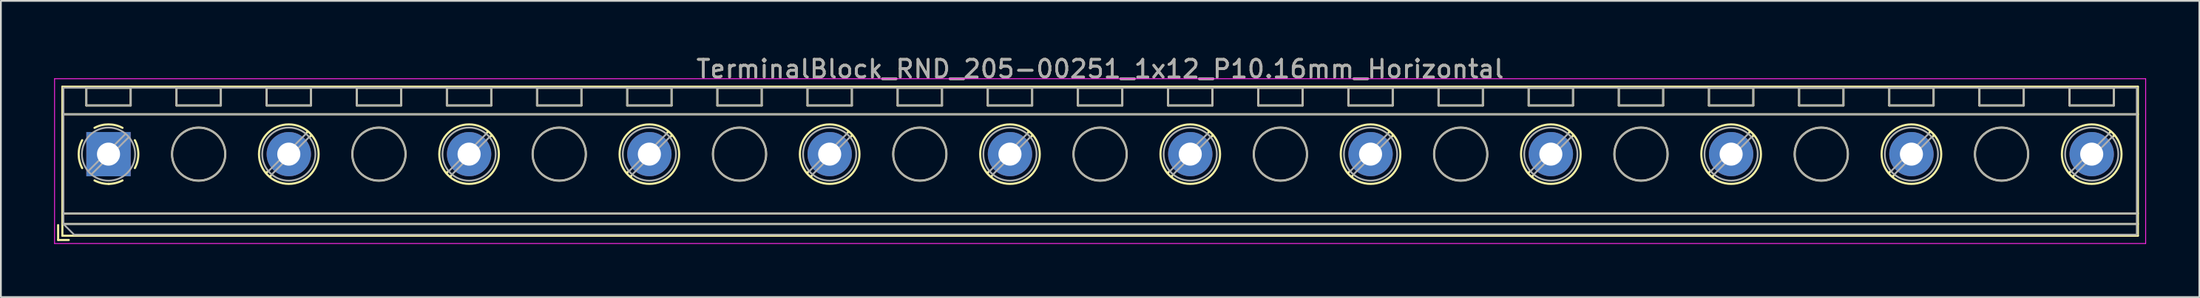
<source format=kicad_pcb>
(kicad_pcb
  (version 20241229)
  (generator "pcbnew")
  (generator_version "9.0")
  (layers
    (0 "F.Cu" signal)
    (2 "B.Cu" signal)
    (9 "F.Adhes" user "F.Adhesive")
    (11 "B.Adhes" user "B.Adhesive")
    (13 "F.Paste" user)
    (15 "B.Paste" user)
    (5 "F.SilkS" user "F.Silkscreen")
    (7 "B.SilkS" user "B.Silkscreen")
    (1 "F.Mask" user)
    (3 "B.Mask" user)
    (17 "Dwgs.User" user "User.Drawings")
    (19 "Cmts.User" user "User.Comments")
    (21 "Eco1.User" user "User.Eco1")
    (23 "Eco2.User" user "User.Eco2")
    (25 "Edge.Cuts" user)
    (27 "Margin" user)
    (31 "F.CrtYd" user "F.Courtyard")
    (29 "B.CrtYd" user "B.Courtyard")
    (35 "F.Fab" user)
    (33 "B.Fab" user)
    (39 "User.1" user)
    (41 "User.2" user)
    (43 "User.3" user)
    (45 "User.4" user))
  (footprint "TerminalBlock_RND_205-00251_1x12_P10.16mm_Horizontal"
    (layer "F.Cu")
    (at 3.065 5.658)
    (property "Reference" "TerminalBlock_RND_205-00251_1x12_P10.16mm_Horizontal" (at 55.88 -4.81 0) (layer "F.SilkS") (effects (font (size 1 1) (thickness 0.15))))
    (attr through_hole)
    (fp_line (start -2.84 4.01) (end -2.84 4.85) (stroke (width 0.12) (type solid)) (layer "F.SilkS"))
    (fp_line (start -2.84 4.85) (end -2.24 4.85) (stroke (width 0.12) (type solid)) (layer "F.SilkS"))
    (fp_line (start -2.6 -3.811) (end -2.6 4.61) (stroke (width 0.12) (type solid)) (layer "F.SilkS"))
    (fp_line (start -2.6 -3.811) (end 114.361 -3.811) (stroke (width 0.12) (type solid)) (layer "F.SilkS"))
    (fp_line (start -2.6 -2.251) (end 114.361 -2.251) (stroke (width 0.12) (type solid)) (layer "F.SilkS"))
    (fp_line (start -2.6 3.35) (end 114.361 3.35) (stroke (width 0.12) (type solid)) (layer "F.SilkS"))
    (fp_line (start -2.6 3.95) (end 114.361 3.95) (stroke (width 0.12) (type solid)) (layer "F.SilkS"))
    (fp_line (start -2.6 4.61) (end 114.361 4.61) (stroke (width 0.12) (type solid)) (layer "F.SilkS"))
    (fp_line (start -1.25 -3.751) (end -1.25 -2.751) (stroke (width 0.12) (type solid)) (layer "F.SilkS"))
    (fp_line (start -1.25 -3.751) (end 1.25 -3.751) (stroke (width 0.12) (type solid)) (layer "F.SilkS"))
    (fp_line (start -1.25 -2.751) (end 1.25 -2.751) (stroke (width 0.12) (type solid)) (layer "F.SilkS"))
    (fp_line (start 1.25 -3.751) (end 1.25 -2.751) (stroke (width 0.12) (type solid)) (layer "F.SilkS"))
    (fp_line (start 3.83 -3.751) (end 3.83 -2.751) (stroke (width 0.12) (type solid)) (layer "F.SilkS"))
    (fp_line (start 3.83 -3.751) (end 6.33 -3.751) (stroke (width 0.12) (type solid)) (layer "F.SilkS"))
    (fp_line (start 3.83 -2.751) (end 6.33 -2.751) (stroke (width 0.12) (type solid)) (layer "F.SilkS"))
    (fp_line (start 6.33 -3.751) (end 6.33 -2.751) (stroke (width 0.12) (type solid)) (layer "F.SilkS"))
    (fp_line (start 8.91 -3.751) (end 8.91 -2.751) (stroke (width 0.12) (type solid)) (layer "F.SilkS"))
    (fp_line (start 8.91 -3.751) (end 11.41 -3.751) (stroke (width 0.12) (type solid)) (layer "F.SilkS"))
    (fp_line (start 8.91 -2.751) (end 11.41 -2.751) (stroke (width 0.12) (type solid)) (layer "F.SilkS"))
    (fp_line (start 8.98 0.976) (end 8.886 1.069) (stroke (width 0.12) (type solid)) (layer "F.SilkS"))
    (fp_line (start 9.15 1.216) (end 9.091 1.274) (stroke (width 0.12) (type solid)) (layer "F.SilkS"))
    (fp_line (start 11.23 -1.275) (end 11.171 -1.216) (stroke (width 0.12) (type solid)) (layer "F.SilkS"))
    (fp_line (start 11.41 -3.751) (end 11.41 -2.751) (stroke (width 0.12) (type solid)) (layer "F.SilkS"))
    (fp_line (start 11.435 -1.069) (end 11.341 -0.976) (stroke (width 0.12) (type solid)) (layer "F.SilkS"))
    (fp_line (start 13.99 -3.751) (end 13.99 -2.751) (stroke (width 0.12) (type solid)) (layer "F.SilkS"))
    (fp_line (start 13.99 -3.751) (end 16.49 -3.751) (stroke (width 0.12) (type solid)) (layer "F.SilkS"))
    (fp_line (start 13.99 -2.751) (end 16.49 -2.751) (stroke (width 0.12) (type solid)) (layer "F.SilkS"))
    (fp_line (start 16.49 -3.751) (end 16.49 -2.751) (stroke (width 0.12) (type solid)) (layer "F.SilkS"))
    (fp_line (start 19.07 -3.751) (end 19.07 -2.751) (stroke (width 0.12) (type solid)) (layer "F.SilkS"))
    (fp_line (start 19.07 -3.751) (end 21.57 -3.751) (stroke (width 0.12) (type solid)) (layer "F.SilkS"))
    (fp_line (start 19.07 -2.751) (end 21.57 -2.751) (stroke (width 0.12) (type solid)) (layer "F.SilkS"))
    (fp_line (start 19.14 0.976) (end 19.046 1.069) (stroke (width 0.12) (type solid)) (layer "F.SilkS"))
    (fp_line (start 19.31 1.216) (end 19.251 1.274) (stroke (width 0.12) (type solid)) (layer "F.SilkS"))
    (fp_line (start 21.39 -1.275) (end 21.331 -1.216) (stroke (width 0.12) (type solid)) (layer "F.SilkS"))
    (fp_line (start 21.57 -3.751) (end 21.57 -2.751) (stroke (width 0.12) (type solid)) (layer "F.SilkS"))
    (fp_line (start 21.595 -1.069) (end 21.501 -0.976) (stroke (width 0.12) (type solid)) (layer "F.SilkS"))
    (fp_line (start 24.15 -3.751) (end 24.15 -2.751) (stroke (width 0.12) (type solid)) (layer "F.SilkS"))
    (fp_line (start 24.15 -3.751) (end 26.65 -3.751) (stroke (width 0.12) (type solid)) (layer "F.SilkS"))
    (fp_line (start 24.15 -2.751) (end 26.65 -2.751) (stroke (width 0.12) (type solid)) (layer "F.SilkS"))
    (fp_line (start 26.65 -3.751) (end 26.65 -2.751) (stroke (width 0.12) (type solid)) (layer "F.SilkS"))
    (fp_line (start 29.23 -3.751) (end 29.23 -2.751) (stroke (width 0.12) (type solid)) (layer "F.SilkS"))
    (fp_line (start 29.23 -3.751) (end 31.73 -3.751) (stroke (width 0.12) (type solid)) (layer "F.SilkS"))
    (fp_line (start 29.23 -2.751) (end 31.73 -2.751) (stroke (width 0.12) (type solid)) (layer "F.SilkS"))
    (fp_line (start 29.3 0.976) (end 29.206 1.069) (stroke (width 0.12) (type solid)) (layer "F.SilkS"))
    (fp_line (start 29.47 1.216) (end 29.411 1.274) (stroke (width 0.12) (type solid)) (layer "F.SilkS"))
    (fp_line (start 31.55 -1.275) (end 31.491 -1.216) (stroke (width 0.12) (type solid)) (layer "F.SilkS"))
    (fp_line (start 31.73 -3.751) (end 31.73 -2.751) (stroke (width 0.12) (type solid)) (layer "F.SilkS"))
    (fp_line (start 31.755 -1.069) (end 31.661 -0.976) (stroke (width 0.12) (type solid)) (layer "F.SilkS"))
    (fp_line (start 34.31 -3.751) (end 34.31 -2.751) (stroke (width 0.12) (type solid)) (layer "F.SilkS"))
    (fp_line (start 34.31 -3.751) (end 36.81 -3.751) (stroke (width 0.12) (type solid)) (layer "F.SilkS"))
    (fp_line (start 34.31 -2.751) (end 36.81 -2.751) (stroke (width 0.12) (type solid)) (layer "F.SilkS"))
    (fp_line (start 36.81 -3.751) (end 36.81 -2.751) (stroke (width 0.12) (type solid)) (layer "F.SilkS"))
    (fp_line (start 39.39 -3.751) (end 39.39 -2.751) (stroke (width 0.12) (type solid)) (layer "F.SilkS"))
    (fp_line (start 39.39 -3.751) (end 41.89 -3.751) (stroke (width 0.12) (type solid)) (layer "F.SilkS"))
    (fp_line (start 39.39 -2.751) (end 41.89 -2.751) (stroke (width 0.12) (type solid)) (layer "F.SilkS"))
    (fp_line (start 39.46 0.976) (end 39.366 1.069) (stroke (width 0.12) (type solid)) (layer "F.SilkS"))
    (fp_line (start 39.63 1.216) (end 39.571 1.274) (stroke (width 0.12) (type solid)) (layer "F.SilkS"))
    (fp_line (start 41.71 -1.275) (end 41.651 -1.216) (stroke (width 0.12) (type solid)) (layer "F.SilkS"))
    (fp_line (start 41.89 -3.751) (end 41.89 -2.751) (stroke (width 0.12) (type solid)) (layer "F.SilkS"))
    (fp_line (start 41.915 -1.069) (end 41.821 -0.976) (stroke (width 0.12) (type solid)) (layer "F.SilkS"))
    (fp_line (start 44.47 -3.751) (end 44.47 -2.751) (stroke (width 0.12) (type solid)) (layer "F.SilkS"))
    (fp_line (start 44.47 -3.751) (end 46.97 -3.751) (stroke (width 0.12) (type solid)) (layer "F.SilkS"))
    (fp_line (start 44.47 -2.751) (end 46.97 -2.751) (stroke (width 0.12) (type solid)) (layer "F.SilkS"))
    (fp_line (start 46.97 -3.751) (end 46.97 -2.751) (stroke (width 0.12) (type solid)) (layer "F.SilkS"))
    (fp_line (start 49.55 -3.751) (end 49.55 -2.751) (stroke (width 0.12) (type solid)) (layer "F.SilkS"))
    (fp_line (start 49.55 -3.751) (end 52.05 -3.751) (stroke (width 0.12) (type solid)) (layer "F.SilkS"))
    (fp_line (start 49.55 -2.751) (end 52.05 -2.751) (stroke (width 0.12) (type solid)) (layer "F.SilkS"))
    (fp_line (start 49.62 0.976) (end 49.526 1.069) (stroke (width 0.12) (type solid)) (layer "F.SilkS"))
    (fp_line (start 49.79 1.216) (end 49.731 1.274) (stroke (width 0.12) (type solid)) (layer "F.SilkS"))
    (fp_line (start 51.87 -1.275) (end 51.811 -1.216) (stroke (width 0.12) (type solid)) (layer "F.SilkS"))
    (fp_line (start 52.05 -3.751) (end 52.05 -2.751) (stroke (width 0.12) (type solid)) (layer "F.SilkS"))
    (fp_line (start 52.075 -1.069) (end 51.981 -0.976) (stroke (width 0.12) (type solid)) (layer "F.SilkS"))
    (fp_line (start 54.63 -3.751) (end 54.63 -2.751) (stroke (width 0.12) (type solid)) (layer "F.SilkS"))
    (fp_line (start 54.63 -3.751) (end 57.13 -3.751) (stroke (width 0.12) (type solid)) (layer "F.SilkS"))
    (fp_line (start 54.63 -2.751) (end 57.13 -2.751) (stroke (width 0.12) (type solid)) (layer "F.SilkS"))
    (fp_line (start 57.13 -3.751) (end 57.13 -2.751) (stroke (width 0.12) (type solid)) (layer "F.SilkS"))
    (fp_line (start 59.71 -3.751) (end 59.71 -2.751) (stroke (width 0.12) (type solid)) (layer "F.SilkS"))
    (fp_line (start 59.71 -3.751) (end 62.21 -3.751) (stroke (width 0.12) (type solid)) (layer "F.SilkS"))
    (fp_line (start 59.71 -2.751) (end 62.21 -2.751) (stroke (width 0.12) (type solid)) (layer "F.SilkS"))
    (fp_line (start 59.78 0.976) (end 59.686 1.069) (stroke (width 0.12) (type solid)) (layer "F.SilkS"))
    (fp_line (start 59.95 1.216) (end 59.891 1.274) (stroke (width 0.12) (type solid)) (layer "F.SilkS"))
    (fp_line (start 62.03 -1.275) (end 61.971 -1.216) (stroke (width 0.12) (type solid)) (layer "F.SilkS"))
    (fp_line (start 62.21 -3.751) (end 62.21 -2.751) (stroke (width 0.12) (type solid)) (layer "F.SilkS"))
    (fp_line (start 62.235 -1.069) (end 62.141 -0.976) (stroke (width 0.12) (type solid)) (layer "F.SilkS"))
    (fp_line (start 64.791 -3.751) (end 64.791 -2.751) (stroke (width 0.12) (type solid)) (layer "F.SilkS"))
    (fp_line (start 64.791 -3.751) (end 67.29 -3.751) (stroke (width 0.12) (type solid)) (layer "F.SilkS"))
    (fp_line (start 64.791 -2.751) (end 67.29 -2.751) (stroke (width 0.12) (type solid)) (layer "F.SilkS"))
    (fp_line (start 67.29 -3.751) (end 67.29 -2.751) (stroke (width 0.12) (type solid)) (layer "F.SilkS"))
    (fp_line (start 69.87 -3.751) (end 69.87 -2.751) (stroke (width 0.12) (type solid)) (layer "F.SilkS"))
    (fp_line (start 69.87 -3.751) (end 72.37 -3.751) (stroke (width 0.12) (type solid)) (layer "F.SilkS"))
    (fp_line (start 69.87 -2.751) (end 72.37 -2.751) (stroke (width 0.12) (type solid)) (layer "F.SilkS"))
    (fp_line (start 69.94 0.976) (end 69.846 1.069) (stroke (width 0.12) (type solid)) (layer "F.SilkS"))
    (fp_line (start 70.11 1.216) (end 70.051 1.274) (stroke (width 0.12) (type solid)) (layer "F.SilkS"))
    (fp_line (start 72.19 -1.275) (end 72.131 -1.216) (stroke (width 0.12) (type solid)) (layer "F.SilkS"))
    (fp_line (start 72.37 -3.751) (end 72.37 -2.751) (stroke (width 0.12) (type solid)) (layer "F.SilkS"))
    (fp_line (start 72.395 -1.069) (end 72.301 -0.976) (stroke (width 0.12) (type solid)) (layer "F.SilkS"))
    (fp_line (start 74.95 -3.751) (end 74.95 -2.751) (stroke (width 0.12) (type solid)) (layer "F.SilkS"))
    (fp_line (start 74.95 -3.751) (end 77.45 -3.751) (stroke (width 0.12) (type solid)) (layer "F.SilkS"))
    (fp_line (start 74.95 -2.751) (end 77.45 -2.751) (stroke (width 0.12) (type solid)) (layer "F.SilkS"))
    (fp_line (start 77.45 -3.751) (end 77.45 -2.751) (stroke (width 0.12) (type solid)) (layer "F.SilkS"))
    (fp_line (start 80.03 -3.751) (end 80.03 -2.751) (stroke (width 0.12) (type solid)) (layer "F.SilkS"))
    (fp_line (start 80.03 -3.751) (end 82.53 -3.751) (stroke (width 0.12) (type solid)) (layer "F.SilkS"))
    (fp_line (start 80.03 -2.751) (end 82.53 -2.751) (stroke (width 0.12) (type solid)) (layer "F.SilkS"))
    (fp_line (start 80.1 0.976) (end 80.006 1.069) (stroke (width 0.12) (type solid)) (layer "F.SilkS"))
    (fp_line (start 80.27 1.216) (end 80.211 1.274) (stroke (width 0.12) (type solid)) (layer "F.SilkS"))
    (fp_line (start 82.35 -1.275) (end 82.291 -1.216) (stroke (width 0.12) (type solid)) (layer "F.SilkS"))
    (fp_line (start 82.53 -3.751) (end 82.53 -2.751) (stroke (width 0.12) (type solid)) (layer "F.SilkS"))
    (fp_line (start 82.555 -1.069) (end 82.461 -0.976) (stroke (width 0.12) (type solid)) (layer "F.SilkS"))
    (fp_line (start 85.11 -3.751) (end 85.11 -2.751) (stroke (width 0.12) (type solid)) (layer "F.SilkS"))
    (fp_line (start 85.11 -3.751) (end 87.61 -3.751) (stroke (width 0.12) (type solid)) (layer "F.SilkS"))
    (fp_line (start 85.11 -2.751) (end 87.61 -2.751) (stroke (width 0.12) (type solid)) (layer "F.SilkS"))
    (fp_line (start 87.61 -3.751) (end 87.61 -2.751) (stroke (width 0.12) (type solid)) (layer "F.SilkS"))
    (fp_line (start 90.19 -3.751) (end 90.19 -2.751) (stroke (width 0.12) (type solid)) (layer "F.SilkS"))
    (fp_line (start 90.19 -3.751) (end 92.69 -3.751) (stroke (width 0.12) (type solid)) (layer "F.SilkS"))
    (fp_line (start 90.19 -2.751) (end 92.69 -2.751) (stroke (width 0.12) (type solid)) (layer "F.SilkS"))
    (fp_line (start 90.26 0.976) (end 90.166 1.069) (stroke (width 0.12) (type solid)) (layer "F.SilkS"))
    (fp_line (start 90.43 1.216) (end 90.371 1.274) (stroke (width 0.12) (type solid)) (layer "F.SilkS"))
    (fp_line (start 92.51 -1.275) (end 92.451 -1.216) (stroke (width 0.12) (type solid)) (layer "F.SilkS"))
    (fp_line (start 92.69 -3.751) (end 92.69 -2.751) (stroke (width 0.12) (type solid)) (layer "F.SilkS"))
    (fp_line (start 92.715 -1.069) (end 92.621 -0.976) (stroke (width 0.12) (type solid)) (layer "F.SilkS"))
    (fp_line (start 95.27 -3.751) (end 95.27 -2.751) (stroke (width 0.12) (type solid)) (layer "F.SilkS"))
    (fp_line (start 95.27 -3.751) (end 97.77 -3.751) (stroke (width 0.12) (type solid)) (layer "F.SilkS"))
    (fp_line (start 95.27 -2.751) (end 97.77 -2.751) (stroke (width 0.12) (type solid)) (layer "F.SilkS"))
    (fp_line (start 97.77 -3.751) (end 97.77 -2.751) (stroke (width 0.12) (type solid)) (layer "F.SilkS"))
    (fp_line (start 100.35 -3.751) (end 100.35 -2.751) (stroke (width 0.12) (type solid)) (layer "F.SilkS"))
    (fp_line (start 100.35 -3.751) (end 102.85 -3.751) (stroke (width 0.12) (type solid)) (layer "F.SilkS"))
    (fp_line (start 100.35 -2.751) (end 102.85 -2.751) (stroke (width 0.12) (type solid)) (layer "F.SilkS"))
    (fp_line (start 100.42 0.976) (end 100.326 1.069) (stroke (width 0.12) (type solid)) (layer "F.SilkS"))
    (fp_line (start 100.59 1.216) (end 100.531 1.274) (stroke (width 0.12) (type solid)) (layer "F.SilkS"))
    (fp_line (start 102.67 -1.275) (end 102.611 -1.216) (stroke (width 0.12) (type solid)) (layer "F.SilkS"))
    (fp_line (start 102.85 -3.751) (end 102.85 -2.751) (stroke (width 0.12) (type solid)) (layer "F.SilkS"))
    (fp_line (start 102.875 -1.069) (end 102.781 -0.976) (stroke (width 0.12) (type solid)) (layer "F.SilkS"))
    (fp_line (start 105.43 -3.751) (end 105.43 -2.751) (stroke (width 0.12) (type solid)) (layer "F.SilkS"))
    (fp_line (start 105.43 -3.751) (end 107.93 -3.751) (stroke (width 0.12) (type solid)) (layer "F.SilkS"))
    (fp_line (start 105.43 -2.751) (end 107.93 -2.751) (stroke (width 0.12) (type solid)) (layer "F.SilkS"))
    (fp_line (start 107.93 -3.751) (end 107.93 -2.751) (stroke (width 0.12) (type solid)) (layer "F.SilkS"))
    (fp_line (start 110.51 -3.751) (end 110.51 -2.751) (stroke (width 0.12) (type solid)) (layer "F.SilkS"))
    (fp_line (start 110.51 -3.751) (end 113.01 -3.751) (stroke (width 0.12) (type solid)) (layer "F.SilkS"))
    (fp_line (start 110.51 -2.751) (end 113.01 -2.751) (stroke (width 0.12) (type solid)) (layer "F.SilkS"))
    (fp_line (start 110.58 0.976) (end 110.486 1.069) (stroke (width 0.12) (type solid)) (layer "F.SilkS"))
    (fp_line (start 110.75 1.216) (end 110.691 1.274) (stroke (width 0.12) (type solid)) (layer "F.SilkS"))
    (fp_line (start 112.83 -1.275) (end 112.771 -1.216) (stroke (width 0.12) (type solid)) (layer "F.SilkS"))
    (fp_line (start 113.01 -3.751) (end 113.01 -2.751) (stroke (width 0.12) (type solid)) (layer "F.SilkS"))
    (fp_line (start 113.035 -1.069) (end 112.941 -0.976) (stroke (width 0.12) (type solid)) (layer "F.SilkS"))
    (fp_line (start 114.361 -3.811) (end 114.361 4.61) (stroke (width 0.12) (type solid)) (layer "F.SilkS"))
    (fp_arc (start -1.483953 0.789089) (mid -1.680708 0.00005) (end -1.484 -0.789) (stroke (width 0.12) (type solid)) (layer "F.SilkS"))
    (fp_arc (start -0.789089 -1.483953) (mid -0.00005 -1.680708) (end 0.789 -1.484) (stroke (width 0.12) (type solid)) (layer "F.SilkS"))
    (fp_arc (start 0.029383 1.68045) (mid -0.392304 1.634281) (end -0.789 1.484) (stroke (width 0.12) (type solid)) (layer "F.SilkS"))
    (fp_arc (start 0.788712 1.483352) (mid 0.406429 1.630097) (end 0 1.68) (stroke (width 0.12) (type solid)) (layer "F.SilkS"))
    (fp_arc (start 1.483953 -0.789089) (mid 1.680708 -0.00005) (end 1.484 0.789) (stroke (width 0.12) (type solid)) (layer "F.SilkS"))
    (fp_circle (center 5.08 0) (end 6.58 0) (stroke (width 0.12) (type solid)) (fill no) (layer "F.SilkS"))
    (fp_circle (center 10.16 0) (end 11.84 0) (stroke (width 0.12) (type solid)) (fill no) (layer "F.SilkS"))
    (fp_circle (center 15.24 0) (end 16.74 0) (stroke (width 0.12) (type solid)) (fill no) (layer "F.SilkS"))
    (fp_circle (center 20.32 0) (end 22 0) (stroke (width 0.12) (type solid)) (fill no) (layer "F.SilkS"))
    (fp_circle (center 25.4 0) (end 26.9 0) (stroke (width 0.12) (type solid)) (fill no) (layer "F.SilkS"))
    (fp_circle (center 30.48 0) (end 32.16 0) (stroke (width 0.12) (type solid)) (fill no) (layer "F.SilkS"))
    (fp_circle (center 35.56 0) (end 37.06 0) (stroke (width 0.12) (type solid)) (fill no) (layer "F.SilkS"))
    (fp_circle (center 40.64 0) (end 42.32 0) (stroke (width 0.12) (type solid)) (fill no) (layer "F.SilkS"))
    (fp_circle (center 45.72 0) (end 47.22 0) (stroke (width 0.12) (type solid)) (fill no) (layer "F.SilkS"))
    (fp_circle (center 50.8 0) (end 52.48 0) (stroke (width 0.12) (type solid)) (fill no) (layer "F.SilkS"))
    (fp_circle (center 55.88 0) (end 57.38 0) (stroke (width 0.12) (type solid)) (fill no) (layer "F.SilkS"))
    (fp_circle (center 60.96 0) (end 62.64 0) (stroke (width 0.12) (type solid)) (fill no) (layer "F.SilkS"))
    (fp_circle (center 66.04 0) (end 67.54 0) (stroke (width 0.12) (type solid)) (fill no) (layer "F.SilkS"))
    (fp_circle (center 71.12 0) (end 72.8 0) (stroke (width 0.12) (type solid)) (fill no) (layer "F.SilkS"))
    (fp_circle (center 76.2 0) (end 77.7 0) (stroke (width 0.12) (type solid)) (fill no) (layer "F.SilkS"))
    (fp_circle (center 81.28 0) (end 82.96 0) (stroke (width 0.12) (type solid)) (fill no) (layer "F.SilkS"))
    (fp_circle (center 86.36 0) (end 87.86 0) (stroke (width 0.12) (type solid)) (fill no) (layer "F.SilkS"))
    (fp_circle (center 91.44 0) (end 93.12 0) (stroke (width 0.12) (type solid)) (fill no) (layer "F.SilkS"))
    (fp_circle (center 96.52 0) (end 98.02 0) (stroke (width 0.12) (type solid)) (fill no) (layer "F.SilkS"))
    (fp_circle (center 101.6 0) (end 103.28 0) (stroke (width 0.12) (type solid)) (fill no) (layer "F.SilkS"))
    (fp_circle (center 106.68 0) (end 108.18 0) (stroke (width 0.12) (type solid)) (fill no) (layer "F.SilkS"))
    (fp_circle (center 111.76 0) (end 113.44 0) (stroke (width 0.12) (type solid)) (fill no) (layer "F.SilkS"))
    (fp_line (start -3.04 -4.26) (end -3.04 5.05) (stroke (width 0.05) (type solid)) (layer "F.CrtYd"))
    (fp_line (start -3.04 5.05) (end 114.8 5.05) (stroke (width 0.05) (type solid)) (layer "F.CrtYd"))
    (fp_line (start 114.8 -4.26) (end -3.04 -4.26) (stroke (width 0.05) (type solid)) (layer "F.CrtYd"))
    (fp_line (start 114.8 5.05) (end 114.8 -4.26) (stroke (width 0.05) (type solid)) (layer "F.CrtYd"))
    (fp_line (start -2.54 -3.75) (end 114.3 -3.75) (stroke (width 0.1) (type solid)) (layer "F.Fab"))
    (fp_line (start -2.54 -2.25) (end 114.3 -2.25) (stroke (width 0.1) (type solid)) (layer "F.Fab"))
    (fp_line (start -2.54 3.35) (end 114.3 3.35) (stroke (width 0.1) (type solid)) (layer "F.Fab"))
    (fp_line (start -2.54 3.95) (end -2.54 -3.75) (stroke (width 0.1) (type solid)) (layer "F.Fab"))
    (fp_line (start -2.54 3.95) (end 114.3 3.95) (stroke (width 0.1) (type solid)) (layer "F.Fab"))
    (fp_line (start -1.94 4.55) (end -2.54 3.95) (stroke (width 0.1) (type solid)) (layer "F.Fab"))
    (fp_line (start -1.25 -3.75) (end -1.25 -2.75) (stroke (width 0.1) (type solid)) (layer "F.Fab"))
    (fp_line (start -1.25 -2.75) (end 1.25 -2.75) (stroke (width 0.1) (type solid)) (layer "F.Fab"))
    (fp_line (start 0.955 -1.138) (end -1.138 0.955) (stroke (width 0.1) (type solid)) (layer "F.Fab"))
    (fp_line (start 1.138 -0.955) (end -0.955 1.138) (stroke (width 0.1) (type solid)) (layer "F.Fab"))
    (fp_line (start 1.25 -3.75) (end -1.25 -3.75) (stroke (width 0.1) (type solid)) (layer "F.Fab"))
    (fp_line (start 1.25 -2.75) (end 1.25 -3.75) (stroke (width 0.1) (type solid)) (layer "F.Fab"))
    (fp_line (start 3.83 -3.75) (end 3.83 -2.75) (stroke (width 0.1) (type solid)) (layer "F.Fab"))
    (fp_line (start 3.83 -2.75) (end 6.33 -2.75) (stroke (width 0.1) (type solid)) (layer "F.Fab"))
    (fp_line (start 6.33 -3.75) (end 3.83 -3.75) (stroke (width 0.1) (type solid)) (layer "F.Fab"))
    (fp_line (start 6.33 -2.75) (end 6.33 -3.75) (stroke (width 0.1) (type solid)) (layer "F.Fab"))
    (fp_line (start 8.91 -3.75) (end 8.91 -2.75) (stroke (width 0.1) (type solid)) (layer "F.Fab"))
    (fp_line (start 8.91 -2.75) (end 11.41 -2.75) (stroke (width 0.1) (type solid)) (layer "F.Fab"))
    (fp_line (start 11.115 -1.138) (end 9.023 0.955) (stroke (width 0.1) (type solid)) (layer "F.Fab"))
    (fp_line (start 11.298 -0.955) (end 9.206 1.138) (stroke (width 0.1) (type solid)) (layer "F.Fab"))
    (fp_line (start 11.41 -3.75) (end 8.91 -3.75) (stroke (width 0.1) (type solid)) (layer "F.Fab"))
    (fp_line (start 11.41 -2.75) (end 11.41 -3.75) (stroke (width 0.1) (type solid)) (layer "F.Fab"))
    (fp_line (start 13.99 -3.75) (end 13.99 -2.75) (stroke (width 0.1) (type solid)) (layer "F.Fab"))
    (fp_line (start 13.99 -2.75) (end 16.49 -2.75) (stroke (width 0.1) (type solid)) (layer "F.Fab"))
    (fp_line (start 16.49 -3.75) (end 13.99 -3.75) (stroke (width 0.1) (type solid)) (layer "F.Fab"))
    (fp_line (start 16.49 -2.75) (end 16.49 -3.75) (stroke (width 0.1) (type solid)) (layer "F.Fab"))
    (fp_line (start 19.07 -3.75) (end 19.07 -2.75) (stroke (width 0.1) (type solid)) (layer "F.Fab"))
    (fp_line (start 19.07 -2.75) (end 21.57 -2.75) (stroke (width 0.1) (type solid)) (layer "F.Fab"))
    (fp_line (start 21.275 -1.138) (end 19.183 0.955) (stroke (width 0.1) (type solid)) (layer "F.Fab"))
    (fp_line (start 21.458 -0.955) (end 19.366 1.138) (stroke (width 0.1) (type solid)) (layer "F.Fab"))
    (fp_line (start 21.57 -3.75) (end 19.07 -3.75) (stroke (width 0.1) (type solid)) (layer "F.Fab"))
    (fp_line (start 21.57 -2.75) (end 21.57 -3.75) (stroke (width 0.1) (type solid)) (layer "F.Fab"))
    (fp_line (start 24.15 -3.75) (end 24.15 -2.75) (stroke (width 0.1) (type solid)) (layer "F.Fab"))
    (fp_line (start 24.15 -2.75) (end 26.65 -2.75) (stroke (width 0.1) (type solid)) (layer "F.Fab"))
    (fp_line (start 26.65 -3.75) (end 24.15 -3.75) (stroke (width 0.1) (type solid)) (layer "F.Fab"))
    (fp_line (start 26.65 -2.75) (end 26.65 -3.75) (stroke (width 0.1) (type solid)) (layer "F.Fab"))
    (fp_line (start 29.23 -3.75) (end 29.23 -2.75) (stroke (width 0.1) (type solid)) (layer "F.Fab"))
    (fp_line (start 29.23 -2.75) (end 31.73 -2.75) (stroke (width 0.1) (type solid)) (layer "F.Fab"))
    (fp_line (start 31.435 -1.138) (end 29.343 0.955) (stroke (width 0.1) (type solid)) (layer "F.Fab"))
    (fp_line (start 31.618 -0.955) (end 29.526 1.138) (stroke (width 0.1) (type solid)) (layer "F.Fab"))
    (fp_line (start 31.73 -3.75) (end 29.23 -3.75) (stroke (width 0.1) (type solid)) (layer "F.Fab"))
    (fp_line (start 31.73 -2.75) (end 31.73 -3.75) (stroke (width 0.1) (type solid)) (layer "F.Fab"))
    (fp_line (start 34.31 -3.75) (end 34.31 -2.75) (stroke (width 0.1) (type solid)) (layer "F.Fab"))
    (fp_line (start 34.31 -2.75) (end 36.81 -2.75) (stroke (width 0.1) (type solid)) (layer "F.Fab"))
    (fp_line (start 36.81 -3.75) (end 34.31 -3.75) (stroke (width 0.1) (type solid)) (layer "F.Fab"))
    (fp_line (start 36.81 -2.75) (end 36.81 -3.75) (stroke (width 0.1) (type solid)) (layer "F.Fab"))
    (fp_line (start 39.39 -3.75) (end 39.39 -2.75) (stroke (width 0.1) (type solid)) (layer "F.Fab"))
    (fp_line (start 39.39 -2.75) (end 41.89 -2.75) (stroke (width 0.1) (type solid)) (layer "F.Fab"))
    (fp_line (start 41.595 -1.138) (end 39.503 0.955) (stroke (width 0.1) (type solid)) (layer "F.Fab"))
    (fp_line (start 41.778 -0.955) (end 39.686 1.138) (stroke (width 0.1) (type solid)) (layer "F.Fab"))
    (fp_line (start 41.89 -3.75) (end 39.39 -3.75) (stroke (width 0.1) (type solid)) (layer "F.Fab"))
    (fp_line (start 41.89 -2.75) (end 41.89 -3.75) (stroke (width 0.1) (type solid)) (layer "F.Fab"))
    (fp_line (start 44.47 -3.75) (end 44.47 -2.75) (stroke (width 0.1) (type solid)) (layer "F.Fab"))
    (fp_line (start 44.47 -2.75) (end 46.97 -2.75) (stroke (width 0.1) (type solid)) (layer "F.Fab"))
    (fp_line (start 46.97 -3.75) (end 44.47 -3.75) (stroke (width 0.1) (type solid)) (layer "F.Fab"))
    (fp_line (start 46.97 -2.75) (end 46.97 -3.75) (stroke (width 0.1) (type solid)) (layer "F.Fab"))
    (fp_line (start 49.55 -3.75) (end 49.55 -2.75) (stroke (width 0.1) (type solid)) (layer "F.Fab"))
    (fp_line (start 49.55 -2.75) (end 52.05 -2.75) (stroke (width 0.1) (type solid)) (layer "F.Fab"))
    (fp_line (start 51.755 -1.138) (end 49.663 0.955) (stroke (width 0.1) (type solid)) (layer "F.Fab"))
    (fp_line (start 51.938 -0.955) (end 49.846 1.138) (stroke (width 0.1) (type solid)) (layer "F.Fab"))
    (fp_line (start 52.05 -3.75) (end 49.55 -3.75) (stroke (width 0.1) (type solid)) (layer "F.Fab"))
    (fp_line (start 52.05 -2.75) (end 52.05 -3.75) (stroke (width 0.1) (type solid)) (layer "F.Fab"))
    (fp_line (start 54.63 -3.75) (end 54.63 -2.75) (stroke (width 0.1) (type solid)) (layer "F.Fab"))
    (fp_line (start 54.63 -2.75) (end 57.13 -2.75) (stroke (width 0.1) (type solid)) (layer "F.Fab"))
    (fp_line (start 57.13 -3.75) (end 54.63 -3.75) (stroke (width 0.1) (type solid)) (layer "F.Fab"))
    (fp_line (start 57.13 -2.75) (end 57.13 -3.75) (stroke (width 0.1) (type solid)) (layer "F.Fab"))
    (fp_line (start 59.71 -3.75) (end 59.71 -2.75) (stroke (width 0.1) (type solid)) (layer "F.Fab"))
    (fp_line (start 59.71 -2.75) (end 62.21 -2.75) (stroke (width 0.1) (type solid)) (layer "F.Fab"))
    (fp_line (start 61.915 -1.138) (end 59.823 0.955) (stroke (width 0.1) (type solid)) (layer "F.Fab"))
    (fp_line (start 62.098 -0.955) (end 60.006 1.138) (stroke (width 0.1) (type solid)) (layer "F.Fab"))
    (fp_line (start 62.21 -3.75) (end 59.71 -3.75) (stroke (width 0.1) (type solid)) (layer "F.Fab"))
    (fp_line (start 62.21 -2.75) (end 62.21 -3.75) (stroke (width 0.1) (type solid)) (layer "F.Fab"))
    (fp_line (start 64.79 -3.75) (end 64.79 -2.75) (stroke (width 0.1) (type solid)) (layer "F.Fab"))
    (fp_line (start 64.79 -2.75) (end 67.29 -2.75) (stroke (width 0.1) (type solid)) (layer "F.Fab"))
    (fp_line (start 67.29 -3.75) (end 64.79 -3.75) (stroke (width 0.1) (type solid)) (layer "F.Fab"))
    (fp_line (start 67.29 -2.75) (end 67.29 -3.75) (stroke (width 0.1) (type solid)) (layer "F.Fab"))
    (fp_line (start 69.87 -3.75) (end 69.87 -2.75) (stroke (width 0.1) (type solid)) (layer "F.Fab"))
    (fp_line (start 69.87 -2.75) (end 72.37 -2.75) (stroke (width 0.1) (type solid)) (layer "F.Fab"))
    (fp_line (start 72.075 -1.138) (end 69.983 0.955) (stroke (width 0.1) (type solid)) (layer "F.Fab"))
    (fp_line (start 72.258 -0.955) (end 70.166 1.138) (stroke (width 0.1) (type solid)) (layer "F.Fab"))
    (fp_line (start 72.37 -3.75) (end 69.87 -3.75) (stroke (width 0.1) (type solid)) (layer "F.Fab"))
    (fp_line (start 72.37 -2.75) (end 72.37 -3.75) (stroke (width 0.1) (type solid)) (layer "F.Fab"))
    (fp_line (start 74.95 -3.75) (end 74.95 -2.75) (stroke (width 0.1) (type solid)) (layer "F.Fab"))
    (fp_line (start 74.95 -2.75) (end 77.45 -2.75) (stroke (width 0.1) (type solid)) (layer "F.Fab"))
    (fp_line (start 77.45 -3.75) (end 74.95 -3.75) (stroke (width 0.1) (type solid)) (layer "F.Fab"))
    (fp_line (start 77.45 -2.75) (end 77.45 -3.75) (stroke (width 0.1) (type solid)) (layer "F.Fab"))
    (fp_line (start 80.03 -3.75) (end 80.03 -2.75) (stroke (width 0.1) (type solid)) (layer "F.Fab"))
    (fp_line (start 80.03 -2.75) (end 82.53 -2.75) (stroke (width 0.1) (type solid)) (layer "F.Fab"))
    (fp_line (start 82.235 -1.138) (end 80.143 0.955) (stroke (width 0.1) (type solid)) (layer "F.Fab"))
    (fp_line (start 82.418 -0.955) (end 80.326 1.138) (stroke (width 0.1) (type solid)) (layer "F.Fab"))
    (fp_line (start 82.53 -3.75) (end 80.03 -3.75) (stroke (width 0.1) (type solid)) (layer "F.Fab"))
    (fp_line (start 82.53 -2.75) (end 82.53 -3.75) (stroke (width 0.1) (type solid)) (layer "F.Fab"))
    (fp_line (start 85.11 -3.75) (end 85.11 -2.75) (stroke (width 0.1) (type solid)) (layer "F.Fab"))
    (fp_line (start 85.11 -2.75) (end 87.61 -2.75) (stroke (width 0.1) (type solid)) (layer "F.Fab"))
    (fp_line (start 87.61 -3.75) (end 85.11 -3.75) (stroke (width 0.1) (type solid)) (layer "F.Fab"))
    (fp_line (start 87.61 -2.75) (end 87.61 -3.75) (stroke (width 0.1) (type solid)) (layer "F.Fab"))
    (fp_line (start 90.19 -3.75) (end 90.19 -2.75) (stroke (width 0.1) (type solid)) (layer "F.Fab"))
    (fp_line (start 90.19 -2.75) (end 92.69 -2.75) (stroke (width 0.1) (type solid)) (layer "F.Fab"))
    (fp_line (start 92.395 -1.138) (end 90.303 0.955) (stroke (width 0.1) (type solid)) (layer "F.Fab"))
    (fp_line (start 92.578 -0.955) (end 90.486 1.138) (stroke (width 0.1) (type solid)) (layer "F.Fab"))
    (fp_line (start 92.69 -3.75) (end 90.19 -3.75) (stroke (width 0.1) (type solid)) (layer "F.Fab"))
    (fp_line (start 92.69 -2.75) (end 92.69 -3.75) (stroke (width 0.1) (type solid)) (layer "F.Fab"))
    (fp_line (start 95.27 -3.75) (end 95.27 -2.75) (stroke (width 0.1) (type solid)) (layer "F.Fab"))
    (fp_line (start 95.27 -2.75) (end 97.77 -2.75) (stroke (width 0.1) (type solid)) (layer "F.Fab"))
    (fp_line (start 97.77 -3.75) (end 95.27 -3.75) (stroke (width 0.1) (type solid)) (layer "F.Fab"))
    (fp_line (start 97.77 -2.75) (end 97.77 -3.75) (stroke (width 0.1) (type solid)) (layer "F.Fab"))
    (fp_line (start 100.35 -3.75) (end 100.35 -2.75) (stroke (width 0.1) (type solid)) (layer "F.Fab"))
    (fp_line (start 100.35 -2.75) (end 102.85 -2.75) (stroke (width 0.1) (type solid)) (layer "F.Fab"))
    (fp_line (start 102.555 -1.138) (end 100.463 0.955) (stroke (width 0.1) (type solid)) (layer "F.Fab"))
    (fp_line (start 102.738 -0.955) (end 100.646 1.138) (stroke (width 0.1) (type solid)) (layer "F.Fab"))
    (fp_line (start 102.85 -3.75) (end 100.35 -3.75) (stroke (width 0.1) (type solid)) (layer "F.Fab"))
    (fp_line (start 102.85 -2.75) (end 102.85 -3.75) (stroke (width 0.1) (type solid)) (layer "F.Fab"))
    (fp_line (start 105.43 -3.75) (end 105.43 -2.75) (stroke (width 0.1) (type solid)) (layer "F.Fab"))
    (fp_line (start 105.43 -2.75) (end 107.93 -2.75) (stroke (width 0.1) (type solid)) (layer "F.Fab"))
    (fp_line (start 107.93 -3.75) (end 105.43 -3.75) (stroke (width 0.1) (type solid)) (layer "F.Fab"))
    (fp_line (start 107.93 -2.75) (end 107.93 -3.75) (stroke (width 0.1) (type solid)) (layer "F.Fab"))
    (fp_line (start 110.51 -3.75) (end 110.51 -2.75) (stroke (width 0.1) (type solid)) (layer "F.Fab"))
    (fp_line (start 110.51 -2.75) (end 113.01 -2.75) (stroke (width 0.1) (type solid)) (layer "F.Fab"))
    (fp_line (start 112.715 -1.138) (end 110.623 0.955) (stroke (width 0.1) (type solid)) (layer "F.Fab"))
    (fp_line (start 112.898 -0.955) (end 110.806 1.138) (stroke (width 0.1) (type solid)) (layer "F.Fab"))
    (fp_line (start 113.01 -3.75) (end 110.51 -3.75) (stroke (width 0.1) (type solid)) (layer "F.Fab"))
    (fp_line (start 113.01 -2.75) (end 113.01 -3.75) (stroke (width 0.1) (type solid)) (layer "F.Fab"))
    (fp_line (start 114.3 -3.75) (end 114.3 4.55) (stroke (width 0.1) (type solid)) (layer "F.Fab"))
    (fp_line (start 114.3 4.55) (end -1.94 4.55) (stroke (width 0.1) (type solid)) (layer "F.Fab"))
    (fp_circle (center 0 0) (end 1.5 0) (stroke (width 0.1) (type solid)) (fill no) (layer "F.Fab"))
    (fp_circle (center 5.08 0) (end 6.58 0) (stroke (width 0.1) (type solid)) (fill no) (layer "F.Fab"))
    (fp_circle (center 10.16 0) (end 11.66 0) (stroke (width 0.1) (type solid)) (fill no) (layer "F.Fab"))
    (fp_circle (center 15.24 0) (end 16.74 0) (stroke (width 0.1) (type solid)) (fill no) (layer "F.Fab"))
    (fp_circle (center 20.32 0) (end 21.82 0) (stroke (width 0.1) (type solid)) (fill no) (layer "F.Fab"))
    (fp_circle (center 25.4 0) (end 26.9 0) (stroke (width 0.1) (type solid)) (fill no) (layer "F.Fab"))
    (fp_circle (center 30.48 0) (end 31.98 0) (stroke (width 0.1) (type solid)) (fill no) (layer "F.Fab"))
    (fp_circle (center 35.56 0) (end 37.06 0) (stroke (width 0.1) (type solid)) (fill no) (layer "F.Fab"))
    (fp_circle (center 40.64 0) (end 42.14 0) (stroke (width 0.1) (type solid)) (fill no) (layer "F.Fab"))
    (fp_circle (center 45.72 0) (end 47.22 0) (stroke (width 0.1) (type solid)) (fill no) (layer "F.Fab"))
    (fp_circle (center 50.8 0) (end 52.3 0) (stroke (width 0.1) (type solid)) (fill no) (layer "F.Fab"))
    (fp_circle (center 55.88 0) (end 57.38 0) (stroke (width 0.1) (type solid)) (fill no) (layer "F.Fab"))
    (fp_circle (center 60.96 0) (end 62.46 0) (stroke (width 0.1) (type solid)) (fill no) (layer "F.Fab"))
    (fp_circle (center 66.04 0) (end 67.54 0) (stroke (width 0.1) (type solid)) (fill no) (layer "F.Fab"))
    (fp_circle (center 71.12 0) (end 72.62 0) (stroke (width 0.1) (type solid)) (fill no) (layer "F.Fab"))
    (fp_circle (center 76.2 0) (end 77.7 0) (stroke (width 0.1) (type solid)) (fill no) (layer "F.Fab"))
    (fp_circle (center 81.28 0) (end 82.78 0) (stroke (width 0.1) (type solid)) (fill no) (layer "F.Fab"))
    (fp_circle (center 86.36 0) (end 87.86 0) (stroke (width 0.1) (type solid)) (fill no) (layer "F.Fab"))
    (fp_circle (center 91.44 0) (end 92.94 0) (stroke (width 0.1) (type solid)) (fill no) (layer "F.Fab"))
    (fp_circle (center 96.52 0) (end 98.02 0) (stroke (width 0.1) (type solid)) (fill no) (layer "F.Fab"))
    (fp_circle (center 101.6 0) (end 103.1 0) (stroke (width 0.1) (type solid)) (fill no) (layer "F.Fab"))
    (fp_circle (center 106.68 0) (end 108.18 0) (stroke (width 0.1) (type solid)) (fill no) (layer "F.Fab"))
    (fp_circle (center 111.76 0) (end 113.26 0) (stroke (width 0.1) (type solid)) (fill no) (layer "F.Fab"))
    (fp_text user "${REFERENCE}" (at 55.88 -4.81 0) (layer "F.Fab") (effects (font (size 1 1) (thickness 0.15))))
    (pad "1" thru_hole rect (at 0 0) (size 2.5 2.5) (drill 1.3) (layers "*.Cu" "*.Mask"))
    (pad "2" thru_hole circle (at 10.16 0) (size 2.5 2.5) (drill 1.3) (layers "*.Cu" "*.Mask"))
    (pad "3" thru_hole circle (at 20.32 0) (size 2.5 2.5) (drill 1.3) (layers "*.Cu" "*.Mask"))
    (pad "4" thru_hole circle (at 30.48 0) (size 2.5 2.5) (drill 1.3) (layers "*.Cu" "*.Mask"))
    (pad "5" thru_hole circle (at 40.64 0) (size 2.5 2.5) (drill 1.3) (layers "*.Cu" "*.Mask"))
    (pad "6" thru_hole circle (at 50.8 0) (size 2.5 2.5) (drill 1.3) (layers "*.Cu" "*.Mask"))
    (pad "7" thru_hole circle (at 60.96 0) (size 2.5 2.5) (drill 1.3) (layers "*.Cu" "*.Mask"))
    (pad "8" thru_hole circle (at 71.12 0) (size 2.5 2.5) (drill 1.3) (layers "*.Cu" "*.Mask"))
    (pad "9" thru_hole circle (at 81.28 0) (size 2.5 2.5) (drill 1.3) (layers "*.Cu" "*.Mask"))
    (pad "10" thru_hole circle (at 91.44 0) (size 2.5 2.5) (drill 1.3) (layers "*.Cu" "*.Mask"))
    (pad "11" thru_hole circle (at 101.6 0) (size 2.5 2.5) (drill 1.3) (layers "*.Cu" "*.Mask"))
    (pad "12" thru_hole circle (at 111.76 0) (size 2.5 2.5) (drill 1.3) (layers "*.Cu" "*.Mask")))
  (gr_rect
    (start -3 -3)
    (end 120.89 13.733)
    (stroke (width 0.1) (type default))
    (fill no)
    (layer "Edge.Cuts")))
</source>
